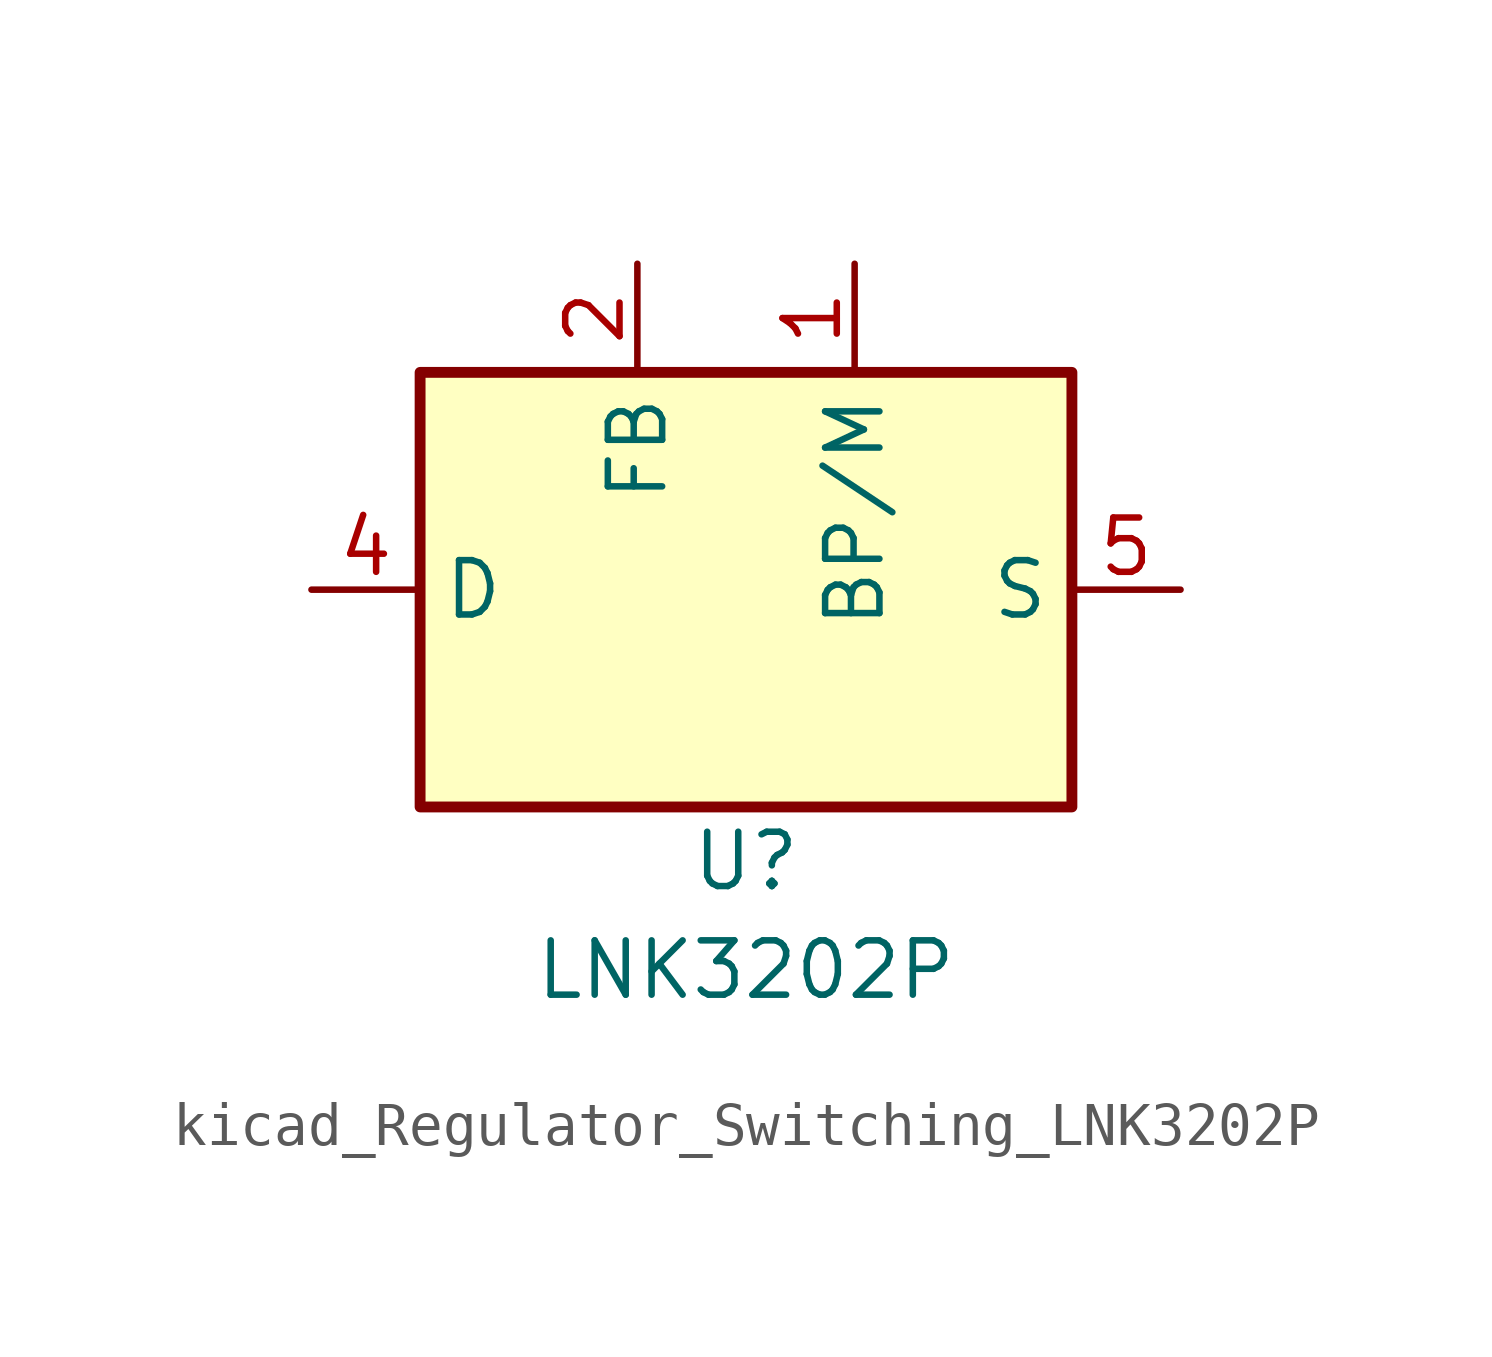
<source format=kicad_sym>
(kicad_symbol_lib
  (version 20220914)
  (generator kicad_symbol_editor)
  (symbol "kicad_Regulator_Switching_LNK3202P"
    (property "Reference" "U"
      (at 0 -6.35 0)
      (effects (font (size 1.27 1.27))))
    (property "Value" "LNK3202P"
      (at 0 -8.89 0)
      (effects (font (size 1.27 1.27))))
    (symbol "kicad_Regulator_Switching_LNK3202P_0_1"
      (rectangle (start -7.62 5.08) (end 7.62 -5.08) (stroke (width 0.254) (type default)) (fill (type background))))
    (symbol "kicad_Regulator_Switching_LNK3202P_1_1"
      (pin input line (at 2.54 7.62 270) (length 2.54) (name "BP/M" (effects (font (size 1.27 1.27)))) (number "1" (effects (font (size 1.27 1.27)))))
      (pin input line (at -2.54 7.62 270) (length 2.54) (name "FB" (effects (font (size 1.27 1.27)))) (number "2" (effects (font (size 1.27 1.27)))))
      (pin open_collector line (at -10.16 0 0) (length 2.54) (name "D" (effects (font (size 1.27 1.27)))) (number "4" (effects (font (size 1.27 1.27)))))
      (pin power_in line (at 10.16 0 180) (length 2.54) (name "S" (effects (font (size 1.27 1.27)))) (number "5" (effects (font (size 1.27 1.27)))))
      (pin passive line (at 10.16 0 180) (length 2.54) hide (name "S" (effects (font (size 1.27 1.27)))) (number "6" (effects (font (size 1.27 1.27)))))
      (pin passive line (at 10.16 0 180) (length 2.54) hide (name "S" (effects (font (size 1.27 1.27)))) (number "7" (effects (font (size 1.27 1.27)))))
      (pin passive line (at 10.16 0 180) (length 2.54) hide (name "S" (effects (font (size 1.27 1.27)))) (number "8" (effects (font (size 1.27 1.27))))))))
</source>
